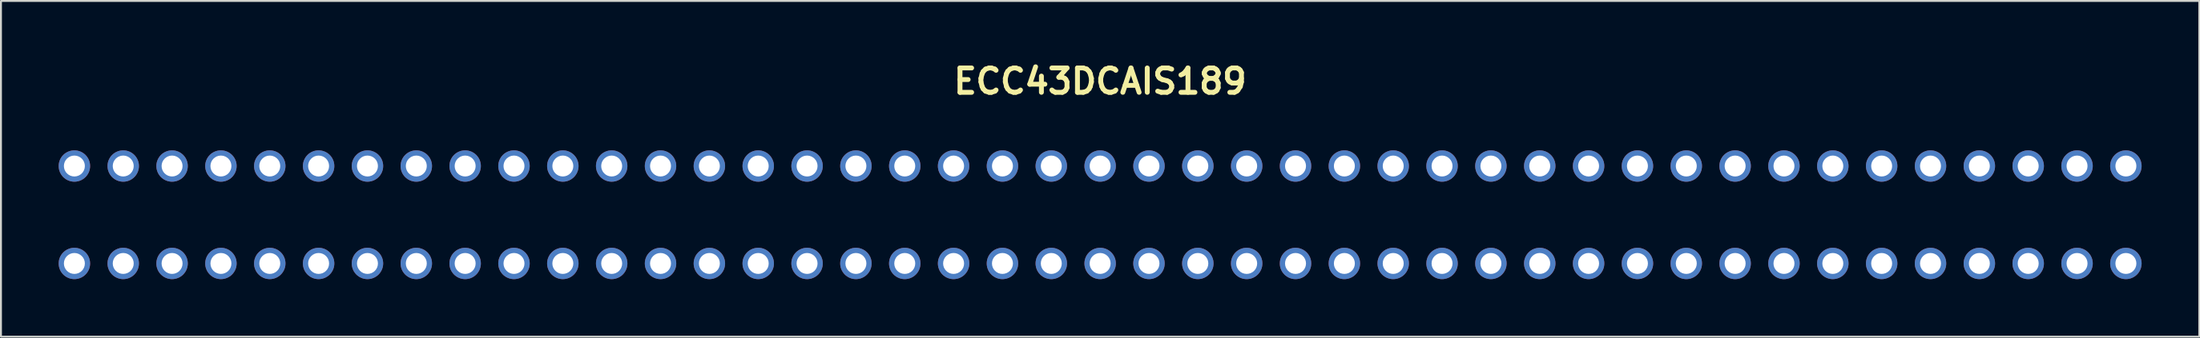
<source format=kicad_pcb>
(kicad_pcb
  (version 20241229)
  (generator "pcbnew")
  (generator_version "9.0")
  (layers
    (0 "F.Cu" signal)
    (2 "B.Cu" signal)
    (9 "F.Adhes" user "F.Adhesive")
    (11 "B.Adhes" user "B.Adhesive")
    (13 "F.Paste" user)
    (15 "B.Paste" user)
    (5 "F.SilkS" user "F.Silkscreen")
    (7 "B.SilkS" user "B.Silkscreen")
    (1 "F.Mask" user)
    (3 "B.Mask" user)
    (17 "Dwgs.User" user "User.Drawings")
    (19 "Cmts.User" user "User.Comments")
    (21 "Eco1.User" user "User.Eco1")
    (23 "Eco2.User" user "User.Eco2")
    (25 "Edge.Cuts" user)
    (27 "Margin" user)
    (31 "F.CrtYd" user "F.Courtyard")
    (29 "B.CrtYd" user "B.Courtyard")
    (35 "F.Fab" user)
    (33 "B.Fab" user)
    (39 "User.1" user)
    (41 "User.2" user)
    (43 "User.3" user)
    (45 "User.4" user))
  (footprint "ECC43DCAIS189"
    (layer "F.Cu")
    (at 0.818 5.606)
    (property "Reference" "ECC43DCAIS189" (at 53.34 -4.417 0) (layer "F.SilkS") (effects (font (size 1.27 1.27) (thickness 0.254))))
    (attr through_hole exclude_from_pos_files)
    (pad "1" thru_hole circle (at 0 0 90) (size 1.635 1.635) (drill 1.09) (layers "*.Cu" "*.Mask"))
    (pad "2" thru_hole circle (at 0 5.08 90) (size 1.635 1.635) (drill 1.09) (layers "*.Cu" "*.Mask"))
    (pad "3" thru_hole circle (at 2.54 0 90) (size 1.635 1.635) (drill 1.09) (layers "*.Cu" "*.Mask"))
    (pad "4" thru_hole circle (at 2.54 5.08 90) (size 1.635 1.635) (drill 1.09) (layers "*.Cu" "*.Mask"))
    (pad "5" thru_hole circle (at 5.08 0 90) (size 1.635 1.635) (drill 1.09) (layers "*.Cu" "*.Mask"))
    (pad "6" thru_hole circle (at 5.08 5.08 90) (size 1.635 1.635) (drill 1.09) (layers "*.Cu" "*.Mask"))
    (pad "7" thru_hole circle (at 7.62 0 90) (size 1.635 1.635) (drill 1.09) (layers "*.Cu" "*.Mask"))
    (pad "8" thru_hole circle (at 7.62 5.08 90) (size 1.635 1.635) (drill 1.09) (layers "*.Cu" "*.Mask"))
    (pad "9" thru_hole circle (at 10.16 0 90) (size 1.635 1.635) (drill 1.09) (layers "*.Cu" "*.Mask"))
    (pad "10" thru_hole circle (at 10.16 5.08 90) (size 1.635 1.635) (drill 1.09) (layers "*.Cu" "*.Mask"))
    (pad "11" thru_hole circle (at 12.7 0 90) (size 1.635 1.635) (drill 1.09) (layers "*.Cu" "*.Mask"))
    (pad "12" thru_hole circle (at 12.7 5.08 90) (size 1.635 1.635) (drill 1.09) (layers "*.Cu" "*.Mask"))
    (pad "13" thru_hole circle (at 15.24 0 90) (size 1.635 1.635) (drill 1.09) (layers "*.Cu" "*.Mask"))
    (pad "14" thru_hole circle (at 15.24 5.08 90) (size 1.635 1.635) (drill 1.09) (layers "*.Cu" "*.Mask"))
    (pad "15" thru_hole circle (at 17.78 0 90) (size 1.635 1.635) (drill 1.09) (layers "*.Cu" "*.Mask"))
    (pad "16" thru_hole circle (at 17.78 5.08 90) (size 1.635 1.635) (drill 1.09) (layers "*.Cu" "*.Mask"))
    (pad "17" thru_hole circle (at 20.32 0 90) (size 1.635 1.635) (drill 1.09) (layers "*.Cu" "*.Mask"))
    (pad "18" thru_hole circle (at 20.32 5.08 90) (size 1.635 1.635) (drill 1.09) (layers "*.Cu" "*.Mask"))
    (pad "19" thru_hole circle (at 22.86 0 90) (size 1.635 1.635) (drill 1.09) (layers "*.Cu" "*.Mask"))
    (pad "20" thru_hole circle (at 22.86 5.08 90) (size 1.635 1.635) (drill 1.09) (layers "*.Cu" "*.Mask"))
    (pad "21" thru_hole circle (at 25.4 0 90) (size 1.635 1.635) (drill 1.09) (layers "*.Cu" "*.Mask"))
    (pad "22" thru_hole circle (at 25.4 5.08 90) (size 1.635 1.635) (drill 1.09) (layers "*.Cu" "*.Mask"))
    (pad "23" thru_hole circle (at 27.94 0 90) (size 1.635 1.635) (drill 1.09) (layers "*.Cu" "*.Mask"))
    (pad "24" thru_hole circle (at 27.94 5.08 90) (size 1.635 1.635) (drill 1.09) (layers "*.Cu" "*.Mask"))
    (pad "25" thru_hole circle (at 30.48 0 90) (size 1.635 1.635) (drill 1.09) (layers "*.Cu" "*.Mask"))
    (pad "26" thru_hole circle (at 30.48 5.08 90) (size 1.635 1.635) (drill 1.09) (layers "*.Cu" "*.Mask"))
    (pad "27" thru_hole circle (at 33.02 0 90) (size 1.635 1.635) (drill 1.09) (layers "*.Cu" "*.Mask"))
    (pad "28" thru_hole circle (at 33.02 5.08 90) (size 1.635 1.635) (drill 1.09) (layers "*.Cu" "*.Mask"))
    (pad "29" thru_hole circle (at 35.56 0 90) (size 1.635 1.635) (drill 1.09) (layers "*.Cu" "*.Mask"))
    (pad "30" thru_hole circle (at 35.56 5.08 90) (size 1.635 1.635) (drill 1.09) (layers "*.Cu" "*.Mask"))
    (pad "31" thru_hole circle (at 38.1 0 90) (size 1.635 1.635) (drill 1.09) (layers "*.Cu" "*.Mask"))
    (pad "32" thru_hole circle (at 38.1 5.08 90) (size 1.635 1.635) (drill 1.09) (layers "*.Cu" "*.Mask"))
    (pad "33" thru_hole circle (at 40.64 0 90) (size 1.635 1.635) (drill 1.09) (layers "*.Cu" "*.Mask"))
    (pad "34" thru_hole circle (at 40.64 5.08 90) (size 1.635 1.635) (drill 1.09) (layers "*.Cu" "*.Mask"))
    (pad "35" thru_hole circle (at 43.18 0 90) (size 1.635 1.635) (drill 1.09) (layers "*.Cu" "*.Mask"))
    (pad "36" thru_hole circle (at 43.18 5.08 90) (size 1.635 1.635) (drill 1.09) (layers "*.Cu" "*.Mask"))
    (pad "37" thru_hole circle (at 45.72 0 90) (size 1.635 1.635) (drill 1.09) (layers "*.Cu" "*.Mask"))
    (pad "38" thru_hole circle (at 45.72 5.08 90) (size 1.635 1.635) (drill 1.09) (layers "*.Cu" "*.Mask"))
    (pad "39" thru_hole circle (at 48.26 0 90) (size 1.635 1.635) (drill 1.09) (layers "*.Cu" "*.Mask"))
    (pad "40" thru_hole circle (at 48.26 5.08 90) (size 1.635 1.635) (drill 1.09) (layers "*.Cu" "*.Mask"))
    (pad "41" thru_hole circle (at 50.8 0 90) (size 1.635 1.635) (drill 1.09) (layers "*.Cu" "*.Mask"))
    (pad "42" thru_hole circle (at 50.8 5.08 90) (size 1.635 1.635) (drill 1.09) (layers "*.Cu" "*.Mask"))
    (pad "43" thru_hole circle (at 53.34 0 90) (size 1.635 1.635) (drill 1.09) (layers "*.Cu" "*.Mask"))
    (pad "44" thru_hole circle (at 53.34 5.08 90) (size 1.635 1.635) (drill 1.09) (layers "*.Cu" "*.Mask"))
    (pad "45" thru_hole circle (at 55.88 0 90) (size 1.635 1.635) (drill 1.09) (layers "*.Cu" "*.Mask"))
    (pad "46" thru_hole circle (at 55.88 5.08 90) (size 1.635 1.635) (drill 1.09) (layers "*.Cu" "*.Mask"))
    (pad "47" thru_hole circle (at 58.42 0 90) (size 1.635 1.635) (drill 1.09) (layers "*.Cu" "*.Mask"))
    (pad "48" thru_hole circle (at 58.42 5.08 90) (size 1.635 1.635) (drill 1.09) (layers "*.Cu" "*.Mask"))
    (pad "49" thru_hole circle (at 60.96 0 90) (size 1.635 1.635) (drill 1.09) (layers "*.Cu" "*.Mask"))
    (pad "50" thru_hole circle (at 60.96 5.08 90) (size 1.635 1.635) (drill 1.09) (layers "*.Cu" "*.Mask"))
    (pad "51" thru_hole circle (at 63.5 0 90) (size 1.635 1.635) (drill 1.09) (layers "*.Cu" "*.Mask"))
    (pad "52" thru_hole circle (at 63.5 5.08 90) (size 1.635 1.635) (drill 1.09) (layers "*.Cu" "*.Mask"))
    (pad "53" thru_hole circle (at 66.04 0 90) (size 1.635 1.635) (drill 1.09) (layers "*.Cu" "*.Mask"))
    (pad "54" thru_hole circle (at 66.04 5.08 90) (size 1.635 1.635) (drill 1.09) (layers "*.Cu" "*.Mask"))
    (pad "55" thru_hole circle (at 68.58 0 90) (size 1.635 1.635) (drill 1.09) (layers "*.Cu" "*.Mask"))
    (pad "56" thru_hole circle (at 68.58 5.08 90) (size 1.635 1.635) (drill 1.09) (layers "*.Cu" "*.Mask"))
    (pad "57" thru_hole circle (at 71.12 0 90) (size 1.635 1.635) (drill 1.09) (layers "*.Cu" "*.Mask"))
    (pad "58" thru_hole circle (at 71.12 5.08 90) (size 1.635 1.635) (drill 1.09) (layers "*.Cu" "*.Mask"))
    (pad "59" thru_hole circle (at 73.66 0 90) (size 1.635 1.635) (drill 1.09) (layers "*.Cu" "*.Mask"))
    (pad "60" thru_hole circle (at 73.66 5.08 90) (size 1.635 1.635) (drill 1.09) (layers "*.Cu" "*.Mask"))
    (pad "61" thru_hole circle (at 76.2 0 90) (size 1.635 1.635) (drill 1.09) (layers "*.Cu" "*.Mask"))
    (pad "62" thru_hole circle (at 76.2 5.08 90) (size 1.635 1.635) (drill 1.09) (layers "*.Cu" "*.Mask"))
    (pad "63" thru_hole circle (at 78.74 0 90) (size 1.635 1.635) (drill 1.09) (layers "*.Cu" "*.Mask"))
    (pad "64" thru_hole circle (at 78.74 5.08 90) (size 1.635 1.635) (drill 1.09) (layers "*.Cu" "*.Mask"))
    (pad "65" thru_hole circle (at 81.28 0 90) (size 1.635 1.635) (drill 1.09) (layers "*.Cu" "*.Mask"))
    (pad "66" thru_hole circle (at 81.28 5.08 90) (size 1.635 1.635) (drill 1.09) (layers "*.Cu" "*.Mask"))
    (pad "67" thru_hole circle (at 83.82 0 90) (size 1.635 1.635) (drill 1.09) (layers "*.Cu" "*.Mask"))
    (pad "68" thru_hole circle (at 83.82 5.08 90) (size 1.635 1.635) (drill 1.09) (layers "*.Cu" "*.Mask"))
    (pad "69" thru_hole circle (at 86.36 0 90) (size 1.635 1.635) (drill 1.09) (layers "*.Cu" "*.Mask"))
    (pad "70" thru_hole circle (at 86.36 5.08 90) (size 1.635 1.635) (drill 1.09) (layers "*.Cu" "*.Mask"))
    (pad "71" thru_hole circle (at 88.9 0 90) (size 1.635 1.635) (drill 1.09) (layers "*.Cu" "*.Mask"))
    (pad "72" thru_hole circle (at 88.9 5.08 90) (size 1.635 1.635) (drill 1.09) (layers "*.Cu" "*.Mask"))
    (pad "73" thru_hole circle (at 91.44 0 90) (size 1.635 1.635) (drill 1.09) (layers "*.Cu" "*.Mask"))
    (pad "74" thru_hole circle (at 91.44 5.08 90) (size 1.635 1.635) (drill 1.09) (layers "*.Cu" "*.Mask"))
    (pad "75" thru_hole circle (at 93.98 0 90) (size 1.635 1.635) (drill 1.09) (layers "*.Cu" "*.Mask"))
    (pad "76" thru_hole circle (at 93.98 5.08 90) (size 1.635 1.635) (drill 1.09) (layers "*.Cu" "*.Mask"))
    (pad "77" thru_hole circle (at 96.52 0 90) (size 1.635 1.635) (drill 1.09) (layers "*.Cu" "*.Mask"))
    (pad "78" thru_hole circle (at 96.52 5.08 90) (size 1.635 1.635) (drill 1.09) (layers "*.Cu" "*.Mask"))
    (pad "79" thru_hole circle (at 99.06 0 90) (size 1.635 1.635) (drill 1.09) (layers "*.Cu" "*.Mask"))
    (pad "80" thru_hole circle (at 99.06 5.08 90) (size 1.635 1.635) (drill 1.09) (layers "*.Cu" "*.Mask"))
    (pad "81" thru_hole circle (at 101.6 0 90) (size 1.635 1.635) (drill 1.09) (layers "*.Cu" "*.Mask"))
    (pad "82" thru_hole circle (at 101.6 5.08 90) (size 1.635 1.635) (drill 1.09) (layers "*.Cu" "*.Mask"))
    (pad "83" thru_hole circle (at 104.14 0 90) (size 1.635 1.635) (drill 1.09) (layers "*.Cu" "*.Mask"))
    (pad "84" thru_hole circle (at 104.14 5.08 90) (size 1.635 1.635) (drill 1.09) (layers "*.Cu" "*.Mask"))
    (pad "85" thru_hole circle (at 106.68 0 90) (size 1.635 1.635) (drill 1.09) (layers "*.Cu" "*.Mask"))
    (pad "86" thru_hole circle (at 106.68 5.08 90) (size 1.635 1.635) (drill 1.09) (layers "*.Cu" "*.Mask")))
  (gr_rect
    (start -3 -3)
    (end 111.315 14.503)
    (stroke (width 0.1) (type default))
    (fill no)
    (layer "Edge.Cuts")))
</source>
